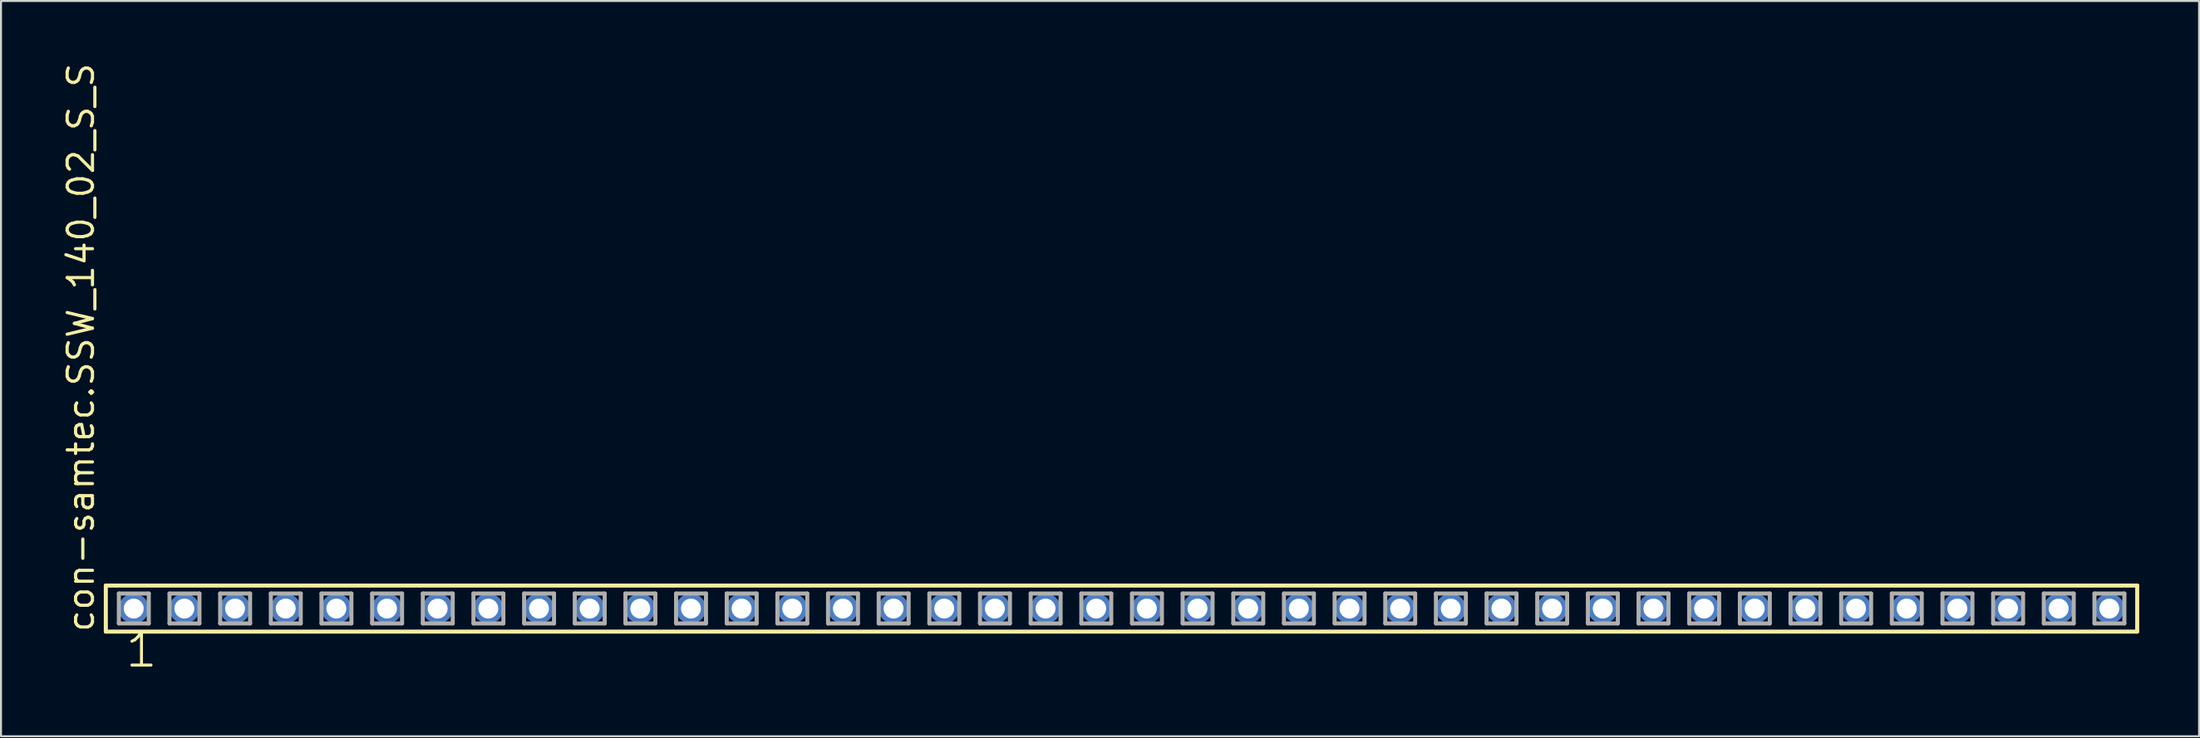
<source format=kicad_pcb>
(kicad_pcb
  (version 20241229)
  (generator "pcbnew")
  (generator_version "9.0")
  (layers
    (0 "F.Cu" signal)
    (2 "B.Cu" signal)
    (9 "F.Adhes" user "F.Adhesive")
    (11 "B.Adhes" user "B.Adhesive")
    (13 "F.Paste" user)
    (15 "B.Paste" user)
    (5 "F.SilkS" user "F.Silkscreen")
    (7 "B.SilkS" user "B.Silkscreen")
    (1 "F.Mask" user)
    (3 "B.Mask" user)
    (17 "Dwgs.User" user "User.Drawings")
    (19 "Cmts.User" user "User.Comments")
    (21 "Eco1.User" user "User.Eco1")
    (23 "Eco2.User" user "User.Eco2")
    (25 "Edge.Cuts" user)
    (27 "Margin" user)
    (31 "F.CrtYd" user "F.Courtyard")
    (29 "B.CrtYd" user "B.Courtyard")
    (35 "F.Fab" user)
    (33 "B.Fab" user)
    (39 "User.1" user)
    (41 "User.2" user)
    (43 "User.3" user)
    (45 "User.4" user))
  (footprint "con-samtec.SSW_140_02_S_S"
    (layer "F.Cu")
    (at 53.185 27.501)
    (property "Reference" "con-samtec.SSW_140_02_S_S" (at -51.435 1.27 90) (layer "F.SilkS") (effects (font (size 1.27 1.27) (thickness 0.16)) (justify left bottom)))
    (attr through_hole)
    (fp_line (start -50.929 -1.155) (end 50.929 -1.155) (stroke (width 0.203) (type default)) (layer "F.SilkS"))
    (fp_line (start -50.929 1.155) (end -50.929 -1.155) (stroke (width 0.203) (type default)) (layer "F.SilkS"))
    (fp_line (start 50.929 -1.155) (end 50.929 1.155) (stroke (width 0.203) (type default)) (layer "F.SilkS"))
    (fp_line (start 50.929 1.155) (end -50.929 1.155) (stroke (width 0.203) (type default)) (layer "F.SilkS"))
    (fp_line (start -50.275 -0.755) (end -48.775 -0.755) (stroke (width 0.203) (type default)) (layer "F.Fab"))
    (fp_line (start -50.275 0.745) (end -50.275 -0.755) (stroke (width 0.203) (type default)) (layer "F.Fab"))
    (fp_line (start -48.775 -0.755) (end -48.775 0.745) (stroke (width 0.203) (type default)) (layer "F.Fab"))
    (fp_line (start -48.775 0.745) (end -50.275 0.745) (stroke (width 0.203) (type default)) (layer "F.Fab"))
    (fp_line (start -47.735 -0.755) (end -46.235 -0.755) (stroke (width 0.203) (type default)) (layer "F.Fab"))
    (fp_line (start -47.735 0.745) (end -47.735 -0.755) (stroke (width 0.203) (type default)) (layer "F.Fab"))
    (fp_line (start -46.235 -0.755) (end -46.235 0.745) (stroke (width 0.203) (type default)) (layer "F.Fab"))
    (fp_line (start -46.235 0.745) (end -47.735 0.745) (stroke (width 0.203) (type default)) (layer "F.Fab"))
    (fp_line (start -45.195 -0.755) (end -43.695 -0.755) (stroke (width 0.203) (type default)) (layer "F.Fab"))
    (fp_line (start -45.195 0.745) (end -45.195 -0.755) (stroke (width 0.203) (type default)) (layer "F.Fab"))
    (fp_line (start -43.695 -0.755) (end -43.695 0.745) (stroke (width 0.203) (type default)) (layer "F.Fab"))
    (fp_line (start -43.695 0.745) (end -45.195 0.745) (stroke (width 0.203) (type default)) (layer "F.Fab"))
    (fp_line (start -42.655 -0.755) (end -41.155 -0.755) (stroke (width 0.203) (type default)) (layer "F.Fab"))
    (fp_line (start -42.655 0.745) (end -42.655 -0.755) (stroke (width 0.203) (type default)) (layer "F.Fab"))
    (fp_line (start -41.155 -0.755) (end -41.155 0.745) (stroke (width 0.203) (type default)) (layer "F.Fab"))
    (fp_line (start -41.155 0.745) (end -42.655 0.745) (stroke (width 0.203) (type default)) (layer "F.Fab"))
    (fp_line (start -40.115 -0.755) (end -38.615 -0.755) (stroke (width 0.203) (type default)) (layer "F.Fab"))
    (fp_line (start -40.115 0.745) (end -40.115 -0.755) (stroke (width 0.203) (type default)) (layer "F.Fab"))
    (fp_line (start -38.615 -0.755) (end -38.615 0.745) (stroke (width 0.203) (type default)) (layer "F.Fab"))
    (fp_line (start -38.615 0.745) (end -40.115 0.745) (stroke (width 0.203) (type default)) (layer "F.Fab"))
    (fp_line (start -37.575 -0.755) (end -36.075 -0.755) (stroke (width 0.203) (type default)) (layer "F.Fab"))
    (fp_line (start -37.575 0.745) (end -37.575 -0.755) (stroke (width 0.203) (type default)) (layer "F.Fab"))
    (fp_line (start -36.075 -0.755) (end -36.075 0.745) (stroke (width 0.203) (type default)) (layer "F.Fab"))
    (fp_line (start -36.075 0.745) (end -37.575 0.745) (stroke (width 0.203) (type default)) (layer "F.Fab"))
    (fp_line (start -35.035 -0.755) (end -33.535 -0.755) (stroke (width 0.203) (type default)) (layer "F.Fab"))
    (fp_line (start -35.035 0.745) (end -35.035 -0.755) (stroke (width 0.203) (type default)) (layer "F.Fab"))
    (fp_line (start -33.535 -0.755) (end -33.535 0.745) (stroke (width 0.203) (type default)) (layer "F.Fab"))
    (fp_line (start -33.535 0.745) (end -35.035 0.745) (stroke (width 0.203) (type default)) (layer "F.Fab"))
    (fp_line (start -32.495 -0.755) (end -30.995 -0.755) (stroke (width 0.203) (type default)) (layer "F.Fab"))
    (fp_line (start -32.495 0.745) (end -32.495 -0.755) (stroke (width 0.203) (type default)) (layer "F.Fab"))
    (fp_line (start -30.995 -0.755) (end -30.995 0.745) (stroke (width 0.203) (type default)) (layer "F.Fab"))
    (fp_line (start -30.995 0.745) (end -32.495 0.745) (stroke (width 0.203) (type default)) (layer "F.Fab"))
    (fp_line (start -29.955 -0.755) (end -28.455 -0.755) (stroke (width 0.203) (type default)) (layer "F.Fab"))
    (fp_line (start -29.955 0.745) (end -29.955 -0.755) (stroke (width 0.203) (type default)) (layer "F.Fab"))
    (fp_line (start -28.455 -0.755) (end -28.455 0.745) (stroke (width 0.203) (type default)) (layer "F.Fab"))
    (fp_line (start -28.455 0.745) (end -29.955 0.745) (stroke (width 0.203) (type default)) (layer "F.Fab"))
    (fp_line (start -27.415 -0.755) (end -25.915 -0.755) (stroke (width 0.203) (type default)) (layer "F.Fab"))
    (fp_line (start -27.415 0.745) (end -27.415 -0.755) (stroke (width 0.203) (type default)) (layer "F.Fab"))
    (fp_line (start -25.915 -0.755) (end -25.915 0.745) (stroke (width 0.203) (type default)) (layer "F.Fab"))
    (fp_line (start -25.915 0.745) (end -27.415 0.745) (stroke (width 0.203) (type default)) (layer "F.Fab"))
    (fp_line (start -24.875 -0.755) (end -23.375 -0.755) (stroke (width 0.203) (type default)) (layer "F.Fab"))
    (fp_line (start -24.875 0.745) (end -24.875 -0.755) (stroke (width 0.203) (type default)) (layer "F.Fab"))
    (fp_line (start -23.375 -0.755) (end -23.375 0.745) (stroke (width 0.203) (type default)) (layer "F.Fab"))
    (fp_line (start -23.375 0.745) (end -24.875 0.745) (stroke (width 0.203) (type default)) (layer "F.Fab"))
    (fp_line (start -22.335 -0.755) (end -20.835 -0.755) (stroke (width 0.203) (type default)) (layer "F.Fab"))
    (fp_line (start -22.335 0.745) (end -22.335 -0.755) (stroke (width 0.203) (type default)) (layer "F.Fab"))
    (fp_line (start -20.835 -0.755) (end -20.835 0.745) (stroke (width 0.203) (type default)) (layer "F.Fab"))
    (fp_line (start -20.835 0.745) (end -22.335 0.745) (stroke (width 0.203) (type default)) (layer "F.Fab"))
    (fp_line (start -19.795 -0.755) (end -18.295 -0.755) (stroke (width 0.203) (type default)) (layer "F.Fab"))
    (fp_line (start -19.795 0.745) (end -19.795 -0.755) (stroke (width 0.203) (type default)) (layer "F.Fab"))
    (fp_line (start -18.295 -0.755) (end -18.295 0.745) (stroke (width 0.203) (type default)) (layer "F.Fab"))
    (fp_line (start -18.295 0.745) (end -19.795 0.745) (stroke (width 0.203) (type default)) (layer "F.Fab"))
    (fp_line (start -17.255 -0.755) (end -15.755 -0.755) (stroke (width 0.203) (type default)) (layer "F.Fab"))
    (fp_line (start -17.255 0.745) (end -17.255 -0.755) (stroke (width 0.203) (type default)) (layer "F.Fab"))
    (fp_line (start -15.755 -0.755) (end -15.755 0.745) (stroke (width 0.203) (type default)) (layer "F.Fab"))
    (fp_line (start -15.755 0.745) (end -17.255 0.745) (stroke (width 0.203) (type default)) (layer "F.Fab"))
    (fp_line (start -14.715 -0.755) (end -13.215 -0.755) (stroke (width 0.203) (type default)) (layer "F.Fab"))
    (fp_line (start -14.715 0.745) (end -14.715 -0.755) (stroke (width 0.203) (type default)) (layer "F.Fab"))
    (fp_line (start -13.215 -0.755) (end -13.215 0.745) (stroke (width 0.203) (type default)) (layer "F.Fab"))
    (fp_line (start -13.215 0.745) (end -14.715 0.745) (stroke (width 0.203) (type default)) (layer "F.Fab"))
    (fp_line (start -12.175 -0.755) (end -10.675 -0.755) (stroke (width 0.203) (type default)) (layer "F.Fab"))
    (fp_line (start -12.175 0.745) (end -12.175 -0.755) (stroke (width 0.203) (type default)) (layer "F.Fab"))
    (fp_line (start -10.675 -0.755) (end -10.675 0.745) (stroke (width 0.203) (type default)) (layer "F.Fab"))
    (fp_line (start -10.675 0.745) (end -12.175 0.745) (stroke (width 0.203) (type default)) (layer "F.Fab"))
    (fp_line (start -9.635 -0.755) (end -8.135 -0.755) (stroke (width 0.203) (type default)) (layer "F.Fab"))
    (fp_line (start -9.635 0.745) (end -9.635 -0.755) (stroke (width 0.203) (type default)) (layer "F.Fab"))
    (fp_line (start -8.135 -0.755) (end -8.135 0.745) (stroke (width 0.203) (type default)) (layer "F.Fab"))
    (fp_line (start -8.135 0.745) (end -9.635 0.745) (stroke (width 0.203) (type default)) (layer "F.Fab"))
    (fp_line (start -7.095 -0.755) (end -5.595 -0.755) (stroke (width 0.203) (type default)) (layer "F.Fab"))
    (fp_line (start -7.095 0.745) (end -7.095 -0.755) (stroke (width 0.203) (type default)) (layer "F.Fab"))
    (fp_line (start -5.595 -0.755) (end -5.595 0.745) (stroke (width 0.203) (type default)) (layer "F.Fab"))
    (fp_line (start -5.595 0.745) (end -7.095 0.745) (stroke (width 0.203) (type default)) (layer "F.Fab"))
    (fp_line (start -4.555 -0.755) (end -3.055 -0.755) (stroke (width 0.203) (type default)) (layer "F.Fab"))
    (fp_line (start -4.555 0.745) (end -4.555 -0.755) (stroke (width 0.203) (type default)) (layer "F.Fab"))
    (fp_line (start -3.055 -0.755) (end -3.055 0.745) (stroke (width 0.203) (type default)) (layer "F.Fab"))
    (fp_line (start -3.055 0.745) (end -4.555 0.745) (stroke (width 0.203) (type default)) (layer "F.Fab"))
    (fp_line (start -2.015 -0.755) (end -0.515 -0.755) (stroke (width 0.203) (type default)) (layer "F.Fab"))
    (fp_line (start -2.015 0.745) (end -2.015 -0.755) (stroke (width 0.203) (type default)) (layer "F.Fab"))
    (fp_line (start -0.515 -0.755) (end -0.515 0.745) (stroke (width 0.203) (type default)) (layer "F.Fab"))
    (fp_line (start -0.515 0.745) (end -2.015 0.745) (stroke (width 0.203) (type default)) (layer "F.Fab"))
    (fp_line (start 0.525 -0.755) (end 2.025 -0.755) (stroke (width 0.203) (type default)) (layer "F.Fab"))
    (fp_line (start 0.525 0.745) (end 0.525 -0.755) (stroke (width 0.203) (type default)) (layer "F.Fab"))
    (fp_line (start 2.025 -0.755) (end 2.025 0.745) (stroke (width 0.203) (type default)) (layer "F.Fab"))
    (fp_line (start 2.025 0.745) (end 0.525 0.745) (stroke (width 0.203) (type default)) (layer "F.Fab"))
    (fp_line (start 3.065 -0.755) (end 4.565 -0.755) (stroke (width 0.203) (type default)) (layer "F.Fab"))
    (fp_line (start 3.065 0.745) (end 3.065 -0.755) (stroke (width 0.203) (type default)) (layer "F.Fab"))
    (fp_line (start 4.565 -0.755) (end 4.565 0.745) (stroke (width 0.203) (type default)) (layer "F.Fab"))
    (fp_line (start 4.565 0.745) (end 3.065 0.745) (stroke (width 0.203) (type default)) (layer "F.Fab"))
    (fp_line (start 5.605 -0.755) (end 7.105 -0.755) (stroke (width 0.203) (type default)) (layer "F.Fab"))
    (fp_line (start 5.605 0.745) (end 5.605 -0.755) (stroke (width 0.203) (type default)) (layer "F.Fab"))
    (fp_line (start 7.105 -0.755) (end 7.105 0.745) (stroke (width 0.203) (type default)) (layer "F.Fab"))
    (fp_line (start 7.105 0.745) (end 5.605 0.745) (stroke (width 0.203) (type default)) (layer "F.Fab"))
    (fp_line (start 8.145 -0.755) (end 9.645 -0.755) (stroke (width 0.203) (type default)) (layer "F.Fab"))
    (fp_line (start 8.145 0.745) (end 8.145 -0.755) (stroke (width 0.203) (type default)) (layer "F.Fab"))
    (fp_line (start 9.645 -0.755) (end 9.645 0.745) (stroke (width 0.203) (type default)) (layer "F.Fab"))
    (fp_line (start 9.645 0.745) (end 8.145 0.745) (stroke (width 0.203) (type default)) (layer "F.Fab"))
    (fp_line (start 10.685 -0.755) (end 12.185 -0.755) (stroke (width 0.203) (type default)) (layer "F.Fab"))
    (fp_line (start 10.685 0.745) (end 10.685 -0.755) (stroke (width 0.203) (type default)) (layer "F.Fab"))
    (fp_line (start 12.185 -0.755) (end 12.185 0.745) (stroke (width 0.203) (type default)) (layer "F.Fab"))
    (fp_line (start 12.185 0.745) (end 10.685 0.745) (stroke (width 0.203) (type default)) (layer "F.Fab"))
    (fp_line (start 13.225 -0.755) (end 14.725 -0.755) (stroke (width 0.203) (type default)) (layer "F.Fab"))
    (fp_line (start 13.225 0.745) (end 13.225 -0.755) (stroke (width 0.203) (type default)) (layer "F.Fab"))
    (fp_line (start 14.725 -0.755) (end 14.725 0.745) (stroke (width 0.203) (type default)) (layer "F.Fab"))
    (fp_line (start 14.725 0.745) (end 13.225 0.745) (stroke (width 0.203) (type default)) (layer "F.Fab"))
    (fp_line (start 15.765 -0.755) (end 17.265 -0.755) (stroke (width 0.203) (type default)) (layer "F.Fab"))
    (fp_line (start 15.765 0.745) (end 15.765 -0.755) (stroke (width 0.203) (type default)) (layer "F.Fab"))
    (fp_line (start 17.265 -0.755) (end 17.265 0.745) (stroke (width 0.203) (type default)) (layer "F.Fab"))
    (fp_line (start 17.265 0.745) (end 15.765 0.745) (stroke (width 0.203) (type default)) (layer "F.Fab"))
    (fp_line (start 18.305 -0.755) (end 19.805 -0.755) (stroke (width 0.203) (type default)) (layer "F.Fab"))
    (fp_line (start 18.305 0.745) (end 18.305 -0.755) (stroke (width 0.203) (type default)) (layer "F.Fab"))
    (fp_line (start 19.805 -0.755) (end 19.805 0.745) (stroke (width 0.203) (type default)) (layer "F.Fab"))
    (fp_line (start 19.805 0.745) (end 18.305 0.745) (stroke (width 0.203) (type default)) (layer "F.Fab"))
    (fp_line (start 20.845 -0.755) (end 22.345 -0.755) (stroke (width 0.203) (type default)) (layer "F.Fab"))
    (fp_line (start 20.845 0.745) (end 20.845 -0.755) (stroke (width 0.203) (type default)) (layer "F.Fab"))
    (fp_line (start 22.345 -0.755) (end 22.345 0.745) (stroke (width 0.203) (type default)) (layer "F.Fab"))
    (fp_line (start 22.345 0.745) (end 20.845 0.745) (stroke (width 0.203) (type default)) (layer "F.Fab"))
    (fp_line (start 23.385 -0.755) (end 24.885 -0.755) (stroke (width 0.203) (type default)) (layer "F.Fab"))
    (fp_line (start 23.385 0.745) (end 23.385 -0.755) (stroke (width 0.203) (type default)) (layer "F.Fab"))
    (fp_line (start 24.885 -0.755) (end 24.885 0.745) (stroke (width 0.203) (type default)) (layer "F.Fab"))
    (fp_line (start 24.885 0.745) (end 23.385 0.745) (stroke (width 0.203) (type default)) (layer "F.Fab"))
    (fp_line (start 25.925 -0.755) (end 27.425 -0.755) (stroke (width 0.203) (type default)) (layer "F.Fab"))
    (fp_line (start 25.925 0.745) (end 25.925 -0.755) (stroke (width 0.203) (type default)) (layer "F.Fab"))
    (fp_line (start 27.425 -0.755) (end 27.425 0.745) (stroke (width 0.203) (type default)) (layer "F.Fab"))
    (fp_line (start 27.425 0.745) (end 25.925 0.745) (stroke (width 0.203) (type default)) (layer "F.Fab"))
    (fp_line (start 28.465 -0.755) (end 29.965 -0.755) (stroke (width 0.203) (type default)) (layer "F.Fab"))
    (fp_line (start 28.465 0.745) (end 28.465 -0.755) (stroke (width 0.203) (type default)) (layer "F.Fab"))
    (fp_line (start 29.965 -0.755) (end 29.965 0.745) (stroke (width 0.203) (type default)) (layer "F.Fab"))
    (fp_line (start 29.965 0.745) (end 28.465 0.745) (stroke (width 0.203) (type default)) (layer "F.Fab"))
    (fp_line (start 31.005 -0.755) (end 32.505 -0.755) (stroke (width 0.203) (type default)) (layer "F.Fab"))
    (fp_line (start 31.005 0.745) (end 31.005 -0.755) (stroke (width 0.203) (type default)) (layer "F.Fab"))
    (fp_line (start 32.505 -0.755) (end 32.505 0.745) (stroke (width 0.203) (type default)) (layer "F.Fab"))
    (fp_line (start 32.505 0.745) (end 31.005 0.745) (stroke (width 0.203) (type default)) (layer "F.Fab"))
    (fp_line (start 33.545 -0.755) (end 35.045 -0.755) (stroke (width 0.203) (type default)) (layer "F.Fab"))
    (fp_line (start 33.545 0.745) (end 33.545 -0.755) (stroke (width 0.203) (type default)) (layer "F.Fab"))
    (fp_line (start 35.045 -0.755) (end 35.045 0.745) (stroke (width 0.203) (type default)) (layer "F.Fab"))
    (fp_line (start 35.045 0.745) (end 33.545 0.745) (stroke (width 0.203) (type default)) (layer "F.Fab"))
    (fp_line (start 36.085 -0.755) (end 37.585 -0.755) (stroke (width 0.203) (type default)) (layer "F.Fab"))
    (fp_line (start 36.085 0.745) (end 36.085 -0.755) (stroke (width 0.203) (type default)) (layer "F.Fab"))
    (fp_line (start 37.585 -0.755) (end 37.585 0.745) (stroke (width 0.203) (type default)) (layer "F.Fab"))
    (fp_line (start 37.585 0.745) (end 36.085 0.745) (stroke (width 0.203) (type default)) (layer "F.Fab"))
    (fp_line (start 38.625 -0.755) (end 40.125 -0.755) (stroke (width 0.203) (type default)) (layer "F.Fab"))
    (fp_line (start 38.625 0.745) (end 38.625 -0.755) (stroke (width 0.203) (type default)) (layer "F.Fab"))
    (fp_line (start 40.125 -0.755) (end 40.125 0.745) (stroke (width 0.203) (type default)) (layer "F.Fab"))
    (fp_line (start 40.125 0.745) (end 38.625 0.745) (stroke (width 0.203) (type default)) (layer "F.Fab"))
    (fp_line (start 41.165 -0.755) (end 42.665 -0.755) (stroke (width 0.203) (type default)) (layer "F.Fab"))
    (fp_line (start 41.165 0.745) (end 41.165 -0.755) (stroke (width 0.203) (type default)) (layer "F.Fab"))
    (fp_line (start 42.665 -0.755) (end 42.665 0.745) (stroke (width 0.203) (type default)) (layer "F.Fab"))
    (fp_line (start 42.665 0.745) (end 41.165 0.745) (stroke (width 0.203) (type default)) (layer "F.Fab"))
    (fp_line (start 43.705 -0.755) (end 45.205 -0.755) (stroke (width 0.203) (type default)) (layer "F.Fab"))
    (fp_line (start 43.705 0.745) (end 43.705 -0.755) (stroke (width 0.203) (type default)) (layer "F.Fab"))
    (fp_line (start 45.205 -0.755) (end 45.205 0.745) (stroke (width 0.203) (type default)) (layer "F.Fab"))
    (fp_line (start 45.205 0.745) (end 43.705 0.745) (stroke (width 0.203) (type default)) (layer "F.Fab"))
    (fp_line (start 46.245 -0.755) (end 47.745 -0.755) (stroke (width 0.203) (type default)) (layer "F.Fab"))
    (fp_line (start 46.245 0.745) (end 46.245 -0.755) (stroke (width 0.203) (type default)) (layer "F.Fab"))
    (fp_line (start 47.745 -0.755) (end 47.745 0.745) (stroke (width 0.203) (type default)) (layer "F.Fab"))
    (fp_line (start 47.745 0.745) (end 46.245 0.745) (stroke (width 0.203) (type default)) (layer "F.Fab"))
    (fp_line (start 48.785 -0.755) (end 50.285 -0.755) (stroke (width 0.203) (type default)) (layer "F.Fab"))
    (fp_line (start 48.785 0.745) (end 48.785 -0.755) (stroke (width 0.203) (type default)) (layer "F.Fab"))
    (fp_line (start 50.285 -0.755) (end 50.285 0.745) (stroke (width 0.203) (type default)) (layer "F.Fab"))
    (fp_line (start 50.285 0.745) (end 48.785 0.745) (stroke (width 0.203) (type default)) (layer "F.Fab"))
    (fp_text user "1" (at -50.038 3.048 0) (layer "F.SilkS") (effects (font (size 1.676 1.676) (thickness 0.15)) (justify left bottom)))
    (pad "1" thru_hole circle (at -49.53 0) (size 1.5 1.5) (drill 1) (layers "*.Cu" "*.Mask"))
    (pad "2" thru_hole circle (at -46.99 0) (size 1.5 1.5) (drill 1) (layers "*.Cu" "*.Mask"))
    (pad "3" thru_hole circle (at -44.45 0) (size 1.5 1.5) (drill 1) (layers "*.Cu" "*.Mask"))
    (pad "4" thru_hole circle (at -41.91 0) (size 1.5 1.5) (drill 1) (layers "*.Cu" "*.Mask"))
    (pad "5" thru_hole circle (at -39.37 0) (size 1.5 1.5) (drill 1) (layers "*.Cu" "*.Mask"))
    (pad "6" thru_hole circle (at -36.83 0) (size 1.5 1.5) (drill 1) (layers "*.Cu" "*.Mask"))
    (pad "7" thru_hole circle (at -34.29 0) (size 1.5 1.5) (drill 1) (layers "*.Cu" "*.Mask"))
    (pad "8" thru_hole circle (at -31.75 0) (size 1.5 1.5) (drill 1) (layers "*.Cu" "*.Mask"))
    (pad "9" thru_hole circle (at -29.21 0) (size 1.5 1.5) (drill 1) (layers "*.Cu" "*.Mask"))
    (pad "10" thru_hole circle (at -26.67 0) (size 1.5 1.5) (drill 1) (layers "*.Cu" "*.Mask"))
    (pad "11" thru_hole circle (at -24.13 0) (size 1.5 1.5) (drill 1) (layers "*.Cu" "*.Mask"))
    (pad "12" thru_hole circle (at -21.59 0) (size 1.5 1.5) (drill 1) (layers "*.Cu" "*.Mask"))
    (pad "13" thru_hole circle (at -19.05 0) (size 1.5 1.5) (drill 1) (layers "*.Cu" "*.Mask"))
    (pad "14" thru_hole circle (at -16.51 0) (size 1.5 1.5) (drill 1) (layers "*.Cu" "*.Mask"))
    (pad "15" thru_hole circle (at -13.97 0) (size 1.5 1.5) (drill 1) (layers "*.Cu" "*.Mask"))
    (pad "16" thru_hole circle (at -11.43 0) (size 1.5 1.5) (drill 1) (layers "*.Cu" "*.Mask"))
    (pad "17" thru_hole circle (at -8.89 0) (size 1.5 1.5) (drill 1) (layers "*.Cu" "*.Mask"))
    (pad "18" thru_hole circle (at -6.35 0) (size 1.5 1.5) (drill 1) (layers "*.Cu" "*.Mask"))
    (pad "19" thru_hole circle (at -3.81 0) (size 1.5 1.5) (drill 1) (layers "*.Cu" "*.Mask"))
    (pad "20" thru_hole circle (at -1.27 0) (size 1.5 1.5) (drill 1) (layers "*.Cu" "*.Mask"))
    (pad "21" thru_hole circle (at 1.27 0) (size 1.5 1.5) (drill 1) (layers "*.Cu" "*.Mask"))
    (pad "22" thru_hole circle (at 3.81 0) (size 1.5 1.5) (drill 1) (layers "*.Cu" "*.Mask"))
    (pad "23" thru_hole circle (at 6.35 0) (size 1.5 1.5) (drill 1) (layers "*.Cu" "*.Mask"))
    (pad "24" thru_hole circle (at 8.89 0) (size 1.5 1.5) (drill 1) (layers "*.Cu" "*.Mask"))
    (pad "25" thru_hole circle (at 11.43 0) (size 1.5 1.5) (drill 1) (layers "*.Cu" "*.Mask"))
    (pad "26" thru_hole circle (at 13.97 0) (size 1.5 1.5) (drill 1) (layers "*.Cu" "*.Mask"))
    (pad "27" thru_hole circle (at 16.51 0) (size 1.5 1.5) (drill 1) (layers "*.Cu" "*.Mask"))
    (pad "28" thru_hole circle (at 19.05 0) (size 1.5 1.5) (drill 1) (layers "*.Cu" "*.Mask"))
    (pad "29" thru_hole circle (at 21.59 0) (size 1.5 1.5) (drill 1) (layers "*.Cu" "*.Mask"))
    (pad "30" thru_hole circle (at 24.13 0) (size 1.5 1.5) (drill 1) (layers "*.Cu" "*.Mask"))
    (pad "31" thru_hole circle (at 26.67 0) (size 1.5 1.5) (drill 1) (layers "*.Cu" "*.Mask"))
    (pad "32" thru_hole circle (at 29.21 0) (size 1.5 1.5) (drill 1) (layers "*.Cu" "*.Mask"))
    (pad "33" thru_hole circle (at 31.75 0) (size 1.5 1.5) (drill 1) (layers "*.Cu" "*.Mask"))
    (pad "34" thru_hole circle (at 34.29 0) (size 1.5 1.5) (drill 1) (layers "*.Cu" "*.Mask"))
    (pad "35" thru_hole circle (at 36.83 0) (size 1.5 1.5) (drill 1) (layers "*.Cu" "*.Mask"))
    (pad "36" thru_hole circle (at 39.37 0) (size 1.5 1.5) (drill 1) (layers "*.Cu" "*.Mask"))
    (pad "37" thru_hole circle (at 41.91 0) (size 1.5 1.5) (drill 1) (layers "*.Cu" "*.Mask"))
    (pad "38" thru_hole circle (at 44.45 0) (size 1.5 1.5) (drill 1) (layers "*.Cu" "*.Mask"))
    (pad "39" thru_hole circle (at 46.99 0) (size 1.5 1.5) (drill 1) (layers "*.Cu" "*.Mask"))
    (pad "40" thru_hole circle (at 49.53 0) (size 1.5 1.5) (drill 1) (layers "*.Cu" "*.Mask")))
  (gr_rect
    (start -3 -3)
    (end 107.216 33.91)
    (stroke (width 0.1) (type default))
    (fill no)
    (layer "Edge.Cuts")))
</source>
